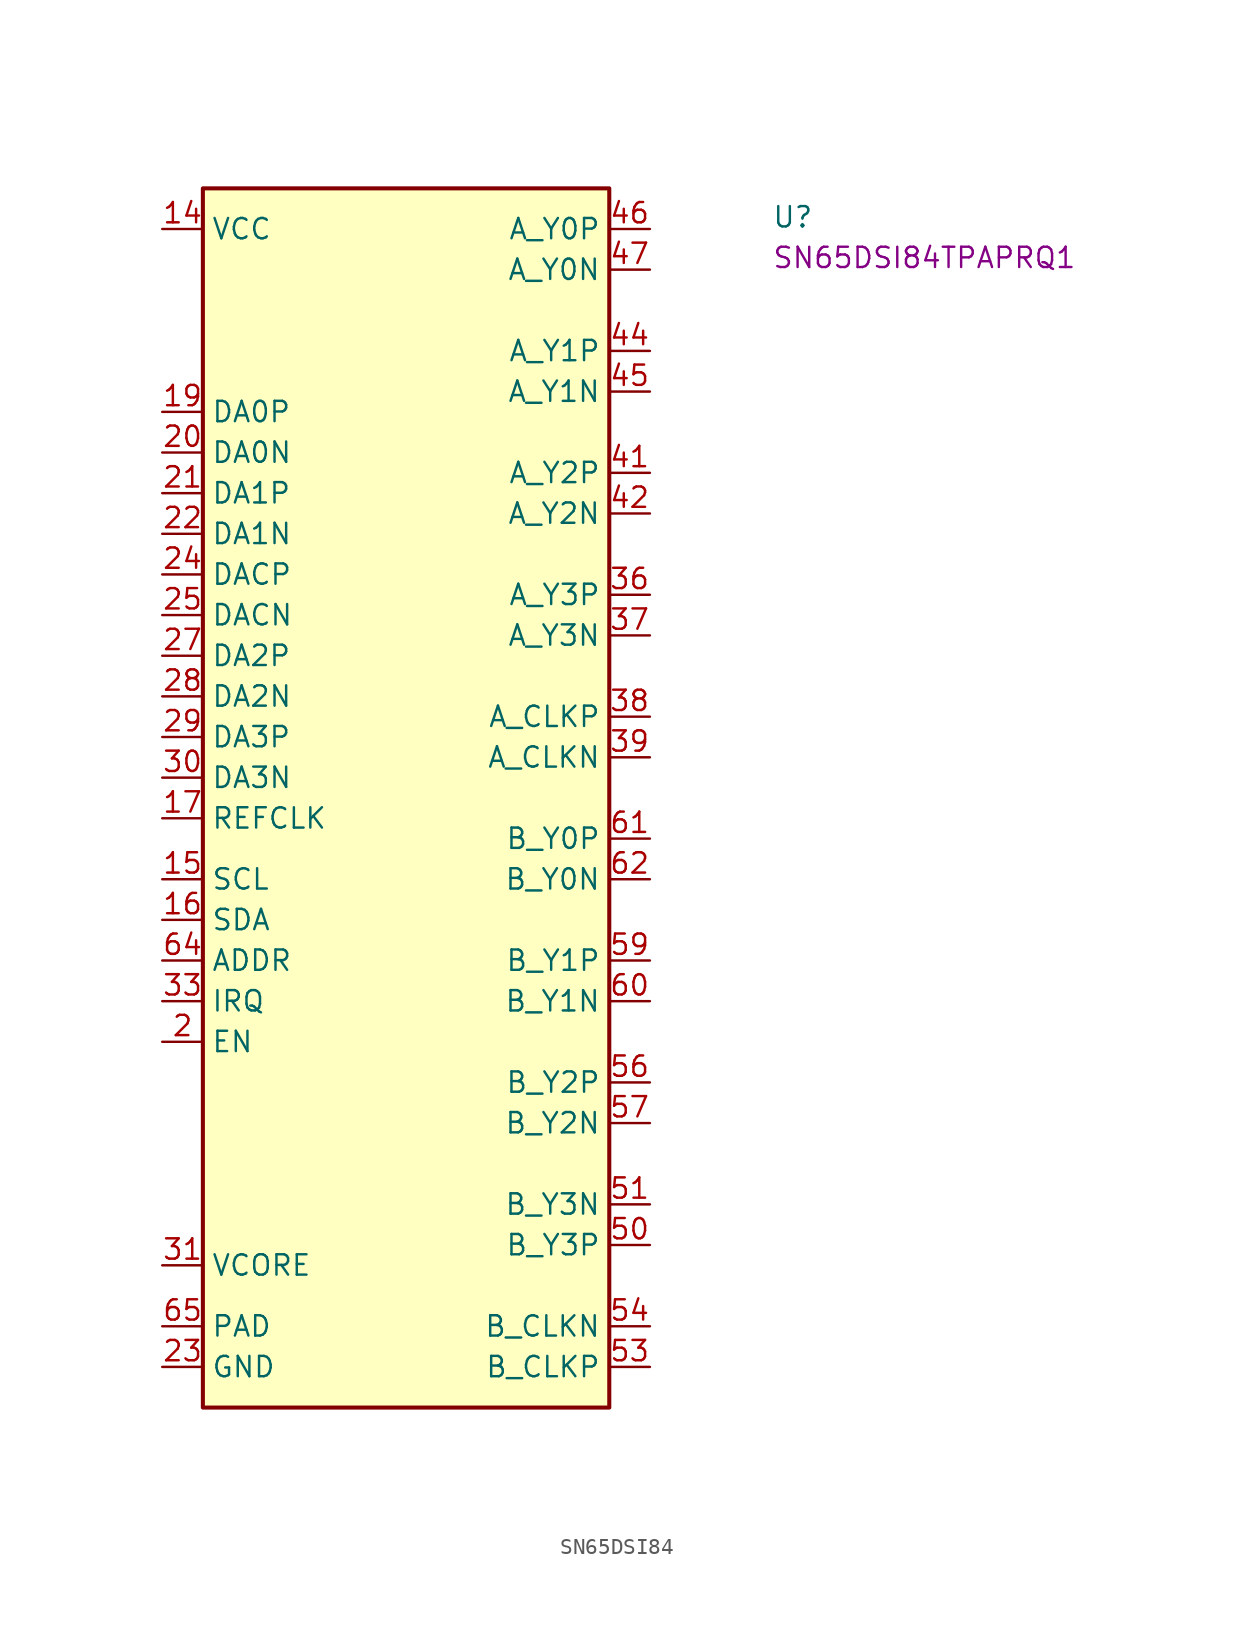
<source format=kicad_sym>
(kicad_symbol_lib
  (version 20220914)
  (generator kicad_symbol_editor)
  (symbol "SN65DSI84"
    (property "Reference" "U"
      (at 38.1 0 0)
      (effects (font (size 1.27 1.27) (thickness 0.15)) (justify left bottom)))
    (property "MPN" "SN65DSI84TPAPRQ1"
      (at 38.1 -2.54 0)
      (effects (font (size 1.27 1.27) (thickness 0.15)) (justify left bottom)))
    (symbol "SN65DSI84_1_1"
      (rectangle (start 2.54 2.54) (end 27.94 -73.66) (stroke (width 0.254) (type default)) (fill (type background)))
      (pin no_connect line (at 2.54 -58.42 0) (length 2.54) hide (name "RSVD2" (effects (font (size 1.27 1.27)))) (number "1" (effects (font (size 1.27 1.27)))))
      (pin no_connect line (at 2.54 -7.62 0) (length 2.54) hide (name "NC" (effects (font (size 1.27 1.27)))) (number "10" (effects (font (size 1.27 1.27)))))
      (pin no_connect line (at 2.54 -53.34 0) (length 2.54) hide (name "NC" (effects (font (size 1.27 1.27)))) (number "11" (effects (font (size 1.27 1.27)))))
      (pin no_connect line (at 2.54 -54.61 0) (length 2.54) hide (name "NC" (effects (font (size 1.27 1.27)))) (number "12" (effects (font (size 1.27 1.27)))))
      (pin no_connect line (at 2.54 -55.88 0) (length 2.54) hide (name "NC" (effects (font (size 1.27 1.27)))) (number "13" (effects (font (size 1.27 1.27)))))
      (pin power_in line (at 0 0 0) (length 2.54) (name "VCC" (effects (font (size 1.27 1.27)))) (number "14" (effects (font (size 1.27 1.27)))))
      (pin input line (at 0 -40.64 0) (length 2.54) (name "SCL" (effects (font (size 1.27 1.27)))) (number "15" (effects (font (size 1.27 1.27)))))
      (pin bidirectional line (at 0 -43.18 0) (length 2.54) (name "SDA" (effects (font (size 1.27 1.27)))) (number "16" (effects (font (size 1.27 1.27)))))
      (pin input line (at 0 -36.83 0) (length 2.54) (name "REFCLK" (effects (font (size 1.27 1.27)))) (number "17" (effects (font (size 1.27 1.27)))))
      (pin passive line (at 0 0 0) (length 2.54) hide (name "VCC" (effects (font (size 1.27 1.27)))) (number "18" (effects (font (size 1.27 1.27)))))
      (pin input line (at 0 -11.43 0) (length 2.54) (name "DA0P" (effects (font (size 1.27 1.27)))) (number "19" (effects (font (size 1.27 1.27)))))
      (pin input line (at 0 -50.8 0) (length 2.54) (name "EN" (effects (font (size 1.27 1.27)))) (number "2" (effects (font (size 1.27 1.27)))))
      (pin input line (at 0 -13.97 0) (length 2.54) (name "DA0N" (effects (font (size 1.27 1.27)))) (number "20" (effects (font (size 1.27 1.27)))))
      (pin input line (at 0 -16.51 0) (length 2.54) (name "DA1P" (effects (font (size 1.27 1.27)))) (number "21" (effects (font (size 1.27 1.27)))))
      (pin input line (at 0 -19.05 0) (length 2.54) (name "DA1N" (effects (font (size 1.27 1.27)))) (number "22" (effects (font (size 1.27 1.27)))))
      (pin power_out line (at 0 -71.12 0) (length 2.54) (name "GND" (effects (font (size 1.27 1.27)))) (number "23" (effects (font (size 1.27 1.27)))))
      (pin input line (at 0 -21.59 0) (length 2.54) (name "DACP" (effects (font (size 1.27 1.27)))) (number "24" (effects (font (size 1.27 1.27)))))
      (pin input line (at 0 -24.13 0) (length 2.54) (name "DACN" (effects (font (size 1.27 1.27)))) (number "25" (effects (font (size 1.27 1.27)))))
      (pin passive line (at 0 -71.12 0) (length 2.54) hide (name "GND" (effects (font (size 1.27 1.27)))) (number "26" (effects (font (size 1.27 1.27)))))
      (pin input line (at 0 -26.67 0) (length 2.54) (name "DA2P" (effects (font (size 1.27 1.27)))) (number "27" (effects (font (size 1.27 1.27)))))
      (pin input line (at 0 -29.21 0) (length 2.54) (name "DA2N" (effects (font (size 1.27 1.27)))) (number "28" (effects (font (size 1.27 1.27)))))
      (pin input line (at 0 -31.75 0) (length 2.54) (name "DA3P" (effects (font (size 1.27 1.27)))) (number "29" (effects (font (size 1.27 1.27)))))
      (pin passive line (at 0 0 0) (length 2.54) hide (name "VCC" (effects (font (size 1.27 1.27)))) (number "3" (effects (font (size 1.27 1.27)))))
      (pin input line (at 0 -34.29 0) (length 2.54) (name "DA3N" (effects (font (size 1.27 1.27)))) (number "30" (effects (font (size 1.27 1.27)))))
      (pin power_out line (at 0 -64.77 0) (length 2.54) (name "VCORE" (effects (font (size 1.27 1.27)))) (number "31" (effects (font (size 1.27 1.27)))))
      (pin passive line (at 0 0 0) (length 2.54) hide (name "VCC" (effects (font (size 1.27 1.27)))) (number "32" (effects (font (size 1.27 1.27)))))
      (pin output line (at 0 -48.26 0) (length 2.54) (name "IRQ" (effects (font (size 1.27 1.27)))) (number "33" (effects (font (size 1.27 1.27)))))
      (pin no_connect line (at 2.54 -57.15 0) (length 2.54) hide (name "RSVD1" (effects (font (size 1.27 1.27)))) (number "34" (effects (font (size 1.27 1.27)))))
      (pin passive line (at 0 0 0) (length 2.54) hide (name "VCC" (effects (font (size 1.27 1.27)))) (number "35" (effects (font (size 1.27 1.27)))))
      (pin output line (at 30.48 -22.86 180) (length 2.54) (name "A_Y3P" (effects (font (size 1.27 1.27)))) (number "36" (effects (font (size 1.27 1.27)))))
      (pin output line (at 30.48 -25.4 180) (length 2.54) (name "A_Y3N" (effects (font (size 1.27 1.27)))) (number "37" (effects (font (size 1.27 1.27)))))
      (pin output line (at 30.48 -30.48 180) (length 2.54) (name "A_CLKP" (effects (font (size 1.27 1.27)))) (number "38" (effects (font (size 1.27 1.27)))))
      (pin output line (at 30.48 -33.02 180) (length 2.54) (name "A_CLKN" (effects (font (size 1.27 1.27)))) (number "39" (effects (font (size 1.27 1.27)))))
      (pin no_connect line (at 2.54 -59.69 0) (length 2.54) hide (name "NC" (effects (font (size 1.27 1.27)))) (number "4" (effects (font (size 1.27 1.27)))))
      (pin passive line (at 0 0 0) (length 2.54) hide (name "VCC" (effects (font (size 1.27 1.27)))) (number "40" (effects (font (size 1.27 1.27)))))
      (pin output line (at 30.48 -15.24 180) (length 2.54) (name "A_Y2P" (effects (font (size 1.27 1.27)))) (number "41" (effects (font (size 1.27 1.27)))))
      (pin output line (at 30.48 -17.78 180) (length 2.54) (name "A_Y2N" (effects (font (size 1.27 1.27)))) (number "42" (effects (font (size 1.27 1.27)))))
      (pin passive line (at 0 0 0) (length 2.54) hide (name "VCC" (effects (font (size 1.27 1.27)))) (number "43" (effects (font (size 1.27 1.27)))))
      (pin output line (at 30.48 -7.62 180) (length 2.54) (name "A_Y1P" (effects (font (size 1.27 1.27)))) (number "44" (effects (font (size 1.27 1.27)))))
      (pin output line (at 30.48 -10.16 180) (length 2.54) (name "A_Y1N" (effects (font (size 1.27 1.27)))) (number "45" (effects (font (size 1.27 1.27)))))
      (pin output line (at 30.48 0 180) (length 2.54) (name "A_Y0P" (effects (font (size 1.27 1.27)))) (number "46" (effects (font (size 1.27 1.27)))))
      (pin output line (at 30.48 -2.54 180) (length 2.54) (name "A_Y0N" (effects (font (size 1.27 1.27)))) (number "47" (effects (font (size 1.27 1.27)))))
      (pin passive line (at 0 0 0) (length 2.54) hide (name "VCC" (effects (font (size 1.27 1.27)))) (number "48" (effects (font (size 1.27 1.27)))))
      (pin passive line (at 0 0 0) (length 2.54) hide (name "VCC" (effects (font (size 1.27 1.27)))) (number "49" (effects (font (size 1.27 1.27)))))
      (pin no_connect line (at 2.54 -60.96 0) (length 2.54) hide (name "NC" (effects (font (size 1.27 1.27)))) (number "5" (effects (font (size 1.27 1.27)))))
      (pin output line (at 30.48 -63.5 180) (length 2.54) (name "B_Y3P" (effects (font (size 1.27 1.27)))) (number "50" (effects (font (size 1.27 1.27)))))
      (pin output line (at 30.48 -60.96 180) (length 2.54) (name "B_Y3N" (effects (font (size 1.27 1.27)))) (number "51" (effects (font (size 1.27 1.27)))))
      (pin passive line (at 0 -71.12 0) (length 2.54) hide (name "GND" (effects (font (size 1.27 1.27)))) (number "52" (effects (font (size 1.27 1.27)))))
      (pin output line (at 30.48 -71.12 180) (length 2.54) (name "B_CLKP" (effects (font (size 1.27 1.27)))) (number "53" (effects (font (size 1.27 1.27)))))
      (pin output line (at 30.48 -68.58 180) (length 2.54) (name "B_CLKN" (effects (font (size 1.27 1.27)))) (number "54" (effects (font (size 1.27 1.27)))))
      (pin passive line (at 0 0 0) (length 2.54) hide (name "VCC" (effects (font (size 1.27 1.27)))) (number "55" (effects (font (size 1.27 1.27)))))
      (pin output line (at 30.48 -53.34 180) (length 2.54) (name "B_Y2P" (effects (font (size 1.27 1.27)))) (number "56" (effects (font (size 1.27 1.27)))))
      (pin output line (at 30.48 -55.88 180) (length 2.54) (name "B_Y2N" (effects (font (size 1.27 1.27)))) (number "57" (effects (font (size 1.27 1.27)))))
      (pin passive line (at 0 0 0) (length 2.54) hide (name "VCC" (effects (font (size 1.27 1.27)))) (number "58" (effects (font (size 1.27 1.27)))))
      (pin output line (at 30.48 -45.72 180) (length 2.54) (name "B_Y1P" (effects (font (size 1.27 1.27)))) (number "59" (effects (font (size 1.27 1.27)))))
      (pin no_connect line (at 2.54 -62.23 0) (length 2.54) hide (name "NC" (effects (font (size 1.27 1.27)))) (number "6" (effects (font (size 1.27 1.27)))))
      (pin output line (at 30.48 -48.26 180) (length 2.54) (name "B_Y1N" (effects (font (size 1.27 1.27)))) (number "60" (effects (font (size 1.27 1.27)))))
      (pin output line (at 30.48 -38.1 180) (length 2.54) (name "B_Y0P" (effects (font (size 1.27 1.27)))) (number "61" (effects (font (size 1.27 1.27)))))
      (pin output line (at 30.48 -40.64 180) (length 2.54) (name "B_Y0N" (effects (font (size 1.27 1.27)))) (number "62" (effects (font (size 1.27 1.27)))))
      (pin passive line (at 0 0 0) (length 2.54) hide (name "VCC" (effects (font (size 1.27 1.27)))) (number "63" (effects (font (size 1.27 1.27)))))
      (pin bidirectional line (at 0 -45.72 0) (length 2.54) (name "ADDR" (effects (font (size 1.27 1.27)))) (number "64" (effects (font (size 1.27 1.27)))))
      (pin power_in line (at 0 -68.58 0) (length 2.54) (name "PAD" (effects (font (size 1.27 1.27)))) (number "65" (effects (font (size 1.27 1.27)))))
      (pin no_connect line (at 2.54 -3.81 0) (length 2.54) hide (name "NC" (effects (font (size 1.27 1.27)))) (number "7" (effects (font (size 1.27 1.27)))))
      (pin no_connect line (at 2.54 -5.08 0) (length 2.54) hide (name "NC" (effects (font (size 1.27 1.27)))) (number "8" (effects (font (size 1.27 1.27)))))
      (pin no_connect line (at 2.54 -6.35 0) (length 2.54) hide (name "NC" (effects (font (size 1.27 1.27)))) (number "9" (effects (font (size 1.27 1.27))))))))
</source>
